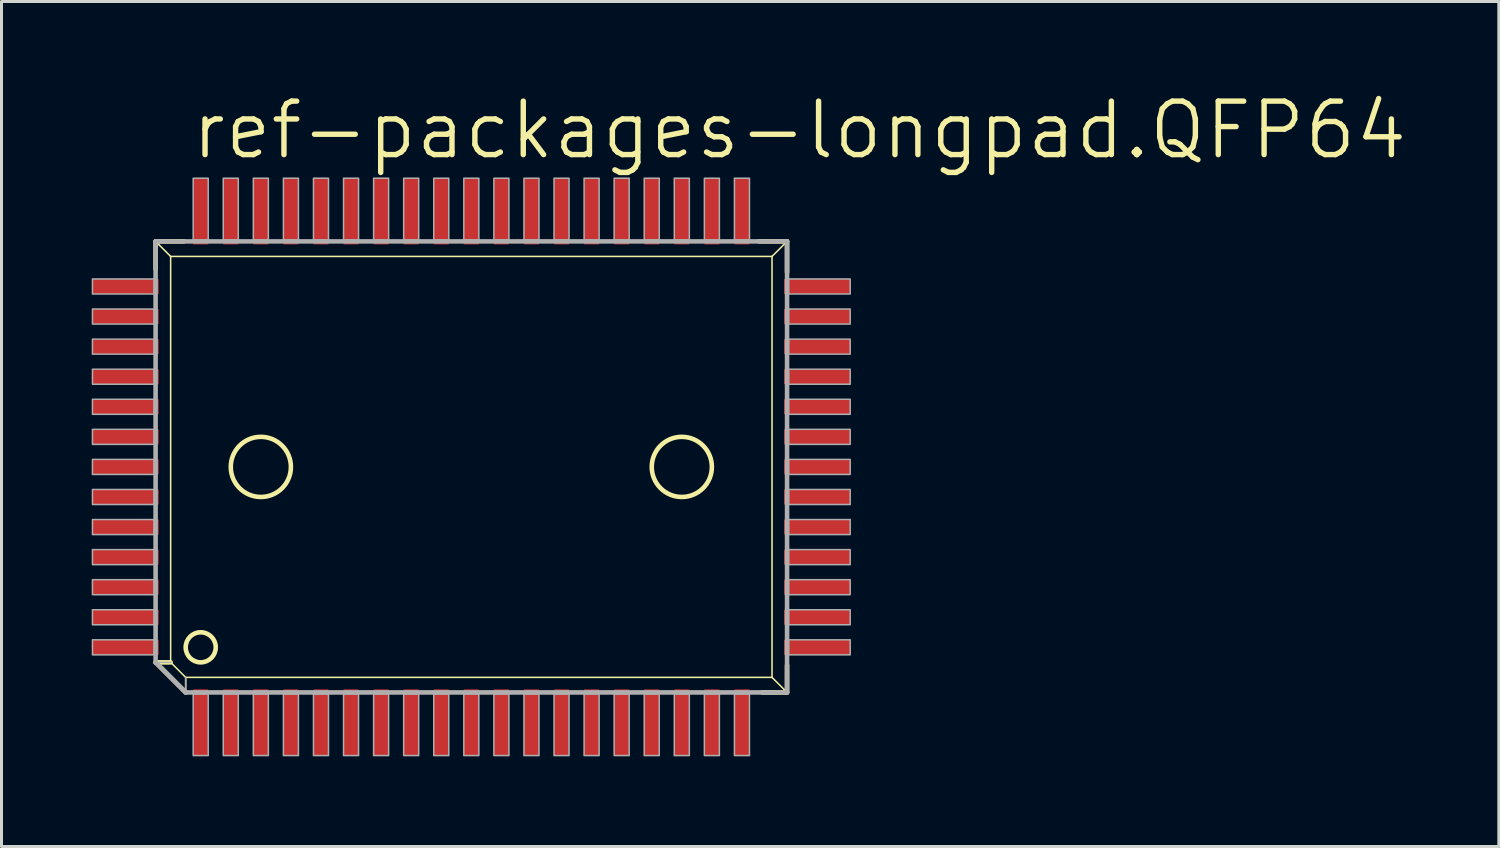
<source format=kicad_pcb>
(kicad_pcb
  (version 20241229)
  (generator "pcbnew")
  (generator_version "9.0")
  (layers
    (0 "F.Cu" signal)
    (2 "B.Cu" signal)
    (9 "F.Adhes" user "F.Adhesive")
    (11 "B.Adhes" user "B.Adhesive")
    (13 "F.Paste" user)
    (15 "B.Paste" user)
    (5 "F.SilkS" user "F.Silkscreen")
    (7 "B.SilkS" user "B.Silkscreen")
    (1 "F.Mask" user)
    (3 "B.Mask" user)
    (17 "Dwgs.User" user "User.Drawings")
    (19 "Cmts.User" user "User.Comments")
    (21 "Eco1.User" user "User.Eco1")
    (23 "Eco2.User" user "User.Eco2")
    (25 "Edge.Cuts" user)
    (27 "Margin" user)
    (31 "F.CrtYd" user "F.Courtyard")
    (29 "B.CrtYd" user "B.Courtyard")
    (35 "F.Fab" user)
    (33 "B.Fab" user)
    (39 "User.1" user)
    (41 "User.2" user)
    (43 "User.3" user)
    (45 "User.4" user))
  (footprint "ref-packages-longpad.QFP64"
    (layer "F.Cu")
    (at 12.625 12.478)
    (property "Reference" "ref-packages-longpad.QFP64" (at -9.398 -10.16 0) (layer "F.SilkS") (effects (font (size 1.778 1.778) (thickness 0.18)) (justify left bottom)))
    (attr smd)
    (fp_line (start -10.5 -7.5) (end -10 -7) (stroke (width 0.051) (type default)) (layer "F.SilkS"))
    (fp_line (start -10.5 -7.5) (end -9.566 -7.5) (stroke (width 0.152) (type default)) (layer "F.SilkS"))
    (fp_line (start -10.5 -6.581) (end -10.5 -7.5) (stroke (width 0.152) (type default)) (layer "F.SilkS"))
    (fp_line (start -10.5 6.5) (end -10 6.5) (stroke (width 0.152) (type default)) (layer "F.SilkS"))
    (fp_line (start -10 -7) (end 10 -7) (stroke (width 0.051) (type default)) (layer "F.SilkS"))
    (fp_line (start -10 6.5) (end -10 -7) (stroke (width 0.051) (type default)) (layer "F.SilkS"))
    (fp_line (start -9.5 7) (end -10 6.5) (stroke (width 0.051) (type default)) (layer "F.SilkS"))
    (fp_line (start -9.5 7.5) (end -10.5 6.5) (stroke (width 0.152) (type default)) (layer "F.SilkS"))
    (fp_line (start -9.5 7.5) (end -9.5 7) (stroke (width 0.051) (type default)) (layer "F.SilkS"))
    (fp_line (start 9.566 -7.5) (end 10.5 -7.5) (stroke (width 0.152) (type default)) (layer "F.SilkS"))
    (fp_line (start 10 -7) (end 10 7) (stroke (width 0.051) (type default)) (layer "F.SilkS"))
    (fp_line (start 10 7) (end -9.5 7) (stroke (width 0.051) (type default)) (layer "F.SilkS"))
    (fp_line (start 10.5 -7.5) (end 10 -7) (stroke (width 0.051) (type default)) (layer "F.SilkS"))
    (fp_line (start 10.5 -7.5) (end 10.5 -6.47) (stroke (width 0.152) (type default)) (layer "F.SilkS"))
    (fp_line (start 10.5 6.597) (end 10.5 7.5) (stroke (width 0.152) (type default)) (layer "F.SilkS"))
    (fp_line (start 10.5 7.5) (end 9.677 7.5) (stroke (width 0.152) (type default)) (layer "F.SilkS"))
    (fp_line (start 10.5 7.5) (end 10 7) (stroke (width 0.051) (type default)) (layer "F.SilkS"))
    (fp_circle (center -9 6) (end -8.5 6) (stroke (width 0.152) (type default)) (fill no) (layer "F.SilkS"))
    (fp_circle (center -7 0) (end -6 0) (stroke (width 0.152) (type default)) (fill no) (layer "F.SilkS"))
    (fp_circle (center 7 0) (end 8 0) (stroke (width 0.152) (type default)) (fill no) (layer "F.SilkS"))
    (fp_line (start -10.5 -7.5) (end 10.5 -7.5) (stroke (width 0.152) (type default)) (layer "F.Fab"))
    (fp_line (start -10.5 6.5) (end -10.5 -7.5) (stroke (width 0.152) (type default)) (layer "F.Fab"))
    (fp_line (start -10.5 6.5) (end -10 6.5) (stroke (width 0.051) (type default)) (layer "F.Fab"))
    (fp_line (start -9.5 7.5) (end -10.5 6.5) (stroke (width 0.152) (type default)) (layer "F.Fab"))
    (fp_line (start -9.5 7.5) (end -9.5 7) (stroke (width 0.051) (type default)) (layer "F.Fab"))
    (fp_line (start 10.5 -7.5) (end 10.5 7.5) (stroke (width 0.152) (type default)) (layer "F.Fab"))
    (fp_line (start 10.5 7.5) (end -9.5 7.5) (stroke (width 0.152) (type default)) (layer "F.Fab"))
    (fp_rect (start -12.6 -5.75) (end -10.55 -6.25) (stroke (width 0.05) (type default)) (fill no) (layer "F.Fab"))
    (fp_rect (start -12.6 -4.75) (end -10.55 -5.25) (stroke (width 0.05) (type default)) (fill no) (layer "F.Fab"))
    (fp_rect (start -12.6 -3.75) (end -10.55 -4.25) (stroke (width 0.05) (type default)) (fill no) (layer "F.Fab"))
    (fp_rect (start -12.6 -2.75) (end -10.55 -3.25) (stroke (width 0.05) (type default)) (fill no) (layer "F.Fab"))
    (fp_rect (start -12.6 -1.75) (end -10.55 -2.25) (stroke (width 0.05) (type default)) (fill no) (layer "F.Fab"))
    (fp_rect (start -12.6 -0.75) (end -10.55 -1.25) (stroke (width 0.05) (type default)) (fill no) (layer "F.Fab"))
    (fp_rect (start -12.6 0.25) (end -10.55 -0.25) (stroke (width 0.05) (type default)) (fill no) (layer "F.Fab"))
    (fp_rect (start -12.6 1.25) (end -10.55 0.75) (stroke (width 0.05) (type default)) (fill no) (layer "F.Fab"))
    (fp_rect (start -12.6 2.25) (end -10.55 1.75) (stroke (width 0.05) (type default)) (fill no) (layer "F.Fab"))
    (fp_rect (start -12.6 3.25) (end -10.55 2.75) (stroke (width 0.05) (type default)) (fill no) (layer "F.Fab"))
    (fp_rect (start -12.6 4.25) (end -10.55 3.75) (stroke (width 0.05) (type default)) (fill no) (layer "F.Fab"))
    (fp_rect (start -12.6 5.25) (end -10.55 4.75) (stroke (width 0.05) (type default)) (fill no) (layer "F.Fab"))
    (fp_rect (start -12.6 6.25) (end -10.55 5.75) (stroke (width 0.05) (type default)) (fill no) (layer "F.Fab"))
    (fp_rect (start -9.25 -7.55) (end -8.75 -9.6) (stroke (width 0.05) (type default)) (fill no) (layer "F.Fab"))
    (fp_rect (start -9.25 9.6) (end -8.75 7.55) (stroke (width 0.05) (type default)) (fill no) (layer "F.Fab"))
    (fp_rect (start -8.25 -7.55) (end -7.75 -9.6) (stroke (width 0.05) (type default)) (fill no) (layer "F.Fab"))
    (fp_rect (start -8.25 9.6) (end -7.75 7.55) (stroke (width 0.05) (type default)) (fill no) (layer "F.Fab"))
    (fp_rect (start -7.25 -7.55) (end -6.75 -9.6) (stroke (width 0.05) (type default)) (fill no) (layer "F.Fab"))
    (fp_rect (start -7.25 9.6) (end -6.75 7.55) (stroke (width 0.05) (type default)) (fill no) (layer "F.Fab"))
    (fp_rect (start -6.25 -7.55) (end -5.75 -9.6) (stroke (width 0.05) (type default)) (fill no) (layer "F.Fab"))
    (fp_rect (start -6.25 9.6) (end -5.75 7.55) (stroke (width 0.05) (type default)) (fill no) (layer "F.Fab"))
    (fp_rect (start -5.25 -7.55) (end -4.75 -9.6) (stroke (width 0.05) (type default)) (fill no) (layer "F.Fab"))
    (fp_rect (start -5.25 9.6) (end -4.75 7.55) (stroke (width 0.05) (type default)) (fill no) (layer "F.Fab"))
    (fp_rect (start -4.25 -7.55) (end -3.75 -9.6) (stroke (width 0.05) (type default)) (fill no) (layer "F.Fab"))
    (fp_rect (start -4.25 9.6) (end -3.75 7.55) (stroke (width 0.05) (type default)) (fill no) (layer "F.Fab"))
    (fp_rect (start -3.25 -7.55) (end -2.75 -9.6) (stroke (width 0.05) (type default)) (fill no) (layer "F.Fab"))
    (fp_rect (start -3.25 9.6) (end -2.75 7.55) (stroke (width 0.05) (type default)) (fill no) (layer "F.Fab"))
    (fp_rect (start -2.25 -7.55) (end -1.75 -9.6) (stroke (width 0.05) (type default)) (fill no) (layer "F.Fab"))
    (fp_rect (start -2.25 9.6) (end -1.75 7.55) (stroke (width 0.05) (type default)) (fill no) (layer "F.Fab"))
    (fp_rect (start -1.25 -7.55) (end -0.75 -9.6) (stroke (width 0.05) (type default)) (fill no) (layer "F.Fab"))
    (fp_rect (start -1.25 9.6) (end -0.75 7.55) (stroke (width 0.05) (type default)) (fill no) (layer "F.Fab"))
    (fp_rect (start -0.25 -7.55) (end 0.25 -9.6) (stroke (width 0.05) (type default)) (fill no) (layer "F.Fab"))
    (fp_rect (start -0.25 9.6) (end 0.25 7.55) (stroke (width 0.05) (type default)) (fill no) (layer "F.Fab"))
    (fp_rect (start 0.75 -7.55) (end 1.25 -9.6) (stroke (width 0.05) (type default)) (fill no) (layer "F.Fab"))
    (fp_rect (start 0.75 9.6) (end 1.25 7.55) (stroke (width 0.05) (type default)) (fill no) (layer "F.Fab"))
    (fp_rect (start 1.75 -7.55) (end 2.25 -9.6) (stroke (width 0.05) (type default)) (fill no) (layer "F.Fab"))
    (fp_rect (start 1.75 9.6) (end 2.25 7.55) (stroke (width 0.05) (type default)) (fill no) (layer "F.Fab"))
    (fp_rect (start 2.75 -7.55) (end 3.25 -9.6) (stroke (width 0.05) (type default)) (fill no) (layer "F.Fab"))
    (fp_rect (start 2.75 9.6) (end 3.25 7.55) (stroke (width 0.05) (type default)) (fill no) (layer "F.Fab"))
    (fp_rect (start 3.75 -7.55) (end 4.25 -9.6) (stroke (width 0.05) (type default)) (fill no) (layer "F.Fab"))
    (fp_rect (start 3.75 9.6) (end 4.25 7.55) (stroke (width 0.05) (type default)) (fill no) (layer "F.Fab"))
    (fp_rect (start 4.75 -7.55) (end 5.25 -9.6) (stroke (width 0.05) (type default)) (fill no) (layer "F.Fab"))
    (fp_rect (start 4.75 9.6) (end 5.25 7.55) (stroke (width 0.05) (type default)) (fill no) (layer "F.Fab"))
    (fp_rect (start 5.75 -7.55) (end 6.25 -9.6) (stroke (width 0.05) (type default)) (fill no) (layer "F.Fab"))
    (fp_rect (start 5.75 9.6) (end 6.25 7.55) (stroke (width 0.05) (type default)) (fill no) (layer "F.Fab"))
    (fp_rect (start 6.75 -7.55) (end 7.25 -9.6) (stroke (width 0.05) (type default)) (fill no) (layer "F.Fab"))
    (fp_rect (start 6.75 9.6) (end 7.25 7.55) (stroke (width 0.05) (type default)) (fill no) (layer "F.Fab"))
    (fp_rect (start 7.75 -7.55) (end 8.25 -9.6) (stroke (width 0.05) (type default)) (fill no) (layer "F.Fab"))
    (fp_rect (start 7.75 9.6) (end 8.25 7.55) (stroke (width 0.05) (type default)) (fill no) (layer "F.Fab"))
    (fp_rect (start 8.75 -7.55) (end 9.25 -9.6) (stroke (width 0.05) (type default)) (fill no) (layer "F.Fab"))
    (fp_rect (start 8.75 9.6) (end 9.25 7.55) (stroke (width 0.05) (type default)) (fill no) (layer "F.Fab"))
    (fp_rect (start 10.55 -5.75) (end 12.6 -6.25) (stroke (width 0.05) (type default)) (fill no) (layer "F.Fab"))
    (fp_rect (start 10.55 -4.75) (end 12.6 -5.25) (stroke (width 0.05) (type default)) (fill no) (layer "F.Fab"))
    (fp_rect (start 10.55 -3.75) (end 12.6 -4.25) (stroke (width 0.05) (type default)) (fill no) (layer "F.Fab"))
    (fp_rect (start 10.55 -2.75) (end 12.6 -3.25) (stroke (width 0.05) (type default)) (fill no) (layer "F.Fab"))
    (fp_rect (start 10.55 -1.75) (end 12.6 -2.25) (stroke (width 0.05) (type default)) (fill no) (layer "F.Fab"))
    (fp_rect (start 10.55 -0.75) (end 12.6 -1.25) (stroke (width 0.05) (type default)) (fill no) (layer "F.Fab"))
    (fp_rect (start 10.55 0.25) (end 12.6 -0.25) (stroke (width 0.05) (type default)) (fill no) (layer "F.Fab"))
    (fp_rect (start 10.55 1.25) (end 12.6 0.75) (stroke (width 0.05) (type default)) (fill no) (layer "F.Fab"))
    (fp_rect (start 10.55 2.25) (end 12.6 1.75) (stroke (width 0.05) (type default)) (fill no) (layer "F.Fab"))
    (fp_rect (start 10.55 3.25) (end 12.6 2.75) (stroke (width 0.05) (type default)) (fill no) (layer "F.Fab"))
    (fp_rect (start 10.55 4.25) (end 12.6 3.75) (stroke (width 0.05) (type default)) (fill no) (layer "F.Fab"))
    (fp_rect (start 10.55 5.25) (end 12.6 4.75) (stroke (width 0.05) (type default)) (fill no) (layer "F.Fab"))
    (fp_rect (start 10.55 6.25) (end 12.6 5.75) (stroke (width 0.05) (type default)) (fill no) (layer "F.Fab"))
    (pad "1" smd roundrect (at -9 8.5) (size 0.5 2.2) (layers "F.Cu" "F.Mask" "F.Paste") (roundrect_rratio 0.01))
    (pad "2" smd roundrect (at -8 8.5) (size 0.5 2.2) (layers "F.Cu" "F.Mask" "F.Paste") (roundrect_rratio 0.01))
    (pad "3" smd roundrect (at -7 8.5) (size 0.5 2.2) (layers "F.Cu" "F.Mask" "F.Paste") (roundrect_rratio 0.01))
    (pad "4" smd roundrect (at -6 8.5) (size 0.5 2.2) (layers "F.Cu" "F.Mask" "F.Paste") (roundrect_rratio 0.01))
    (pad "5" smd roundrect (at -5 8.5) (size 0.5 2.2) (layers "F.Cu" "F.Mask" "F.Paste") (roundrect_rratio 0.01))
    (pad "6" smd roundrect (at -4 8.5) (size 0.5 2.2) (layers "F.Cu" "F.Mask" "F.Paste") (roundrect_rratio 0.01))
    (pad "7" smd roundrect (at -3 8.5) (size 0.5 2.2) (layers "F.Cu" "F.Mask" "F.Paste") (roundrect_rratio 0.01))
    (pad "8" smd roundrect (at -2 8.5) (size 0.5 2.2) (layers "F.Cu" "F.Mask" "F.Paste") (roundrect_rratio 0.01))
    (pad "9" smd roundrect (at -1 8.5) (size 0.5 2.2) (layers "F.Cu" "F.Mask" "F.Paste") (roundrect_rratio 0.01))
    (pad "10" smd roundrect (at 0 8.5) (size 0.5 2.2) (layers "F.Cu" "F.Mask" "F.Paste") (roundrect_rratio 0.01))
    (pad "11" smd roundrect (at 1 8.5) (size 0.5 2.2) (layers "F.Cu" "F.Mask" "F.Paste") (roundrect_rratio 0.01))
    (pad "12" smd roundrect (at 2 8.5) (size 0.5 2.2) (layers "F.Cu" "F.Mask" "F.Paste") (roundrect_rratio 0.01))
    (pad "13" smd roundrect (at 3 8.5) (size 0.5 2.2) (layers "F.Cu" "F.Mask" "F.Paste") (roundrect_rratio 0.01))
    (pad "14" smd roundrect (at 4 8.5) (size 0.5 2.2) (layers "F.Cu" "F.Mask" "F.Paste") (roundrect_rratio 0.01))
    (pad "15" smd roundrect (at 5 8.5) (size 0.5 2.2) (layers "F.Cu" "F.Mask" "F.Paste") (roundrect_rratio 0.01))
    (pad "16" smd roundrect (at 6 8.5) (size 0.5 2.2) (layers "F.Cu" "F.Mask" "F.Paste") (roundrect_rratio 0.01))
    (pad "17" smd roundrect (at 7 8.5) (size 0.5 2.2) (layers "F.Cu" "F.Mask" "F.Paste") (roundrect_rratio 0.01))
    (pad "18" smd roundrect (at 8 8.5) (size 0.5 2.2) (layers "F.Cu" "F.Mask" "F.Paste") (roundrect_rratio 0.01))
    (pad "19" smd roundrect (at 9 8.5) (size 0.5 2.2) (layers "F.Cu" "F.Mask" "F.Paste") (roundrect_rratio 0.01))
    (pad "20" smd roundrect (at 11.5 6) (size 2.2 0.5) (layers "F.Cu" "F.Mask" "F.Paste") (roundrect_rratio 0.01))
    (pad "21" smd roundrect (at 11.5 5) (size 2.2 0.5) (layers "F.Cu" "F.Mask" "F.Paste") (roundrect_rratio 0.01))
    (pad "22" smd roundrect (at 11.5 4) (size 2.2 0.5) (layers "F.Cu" "F.Mask" "F.Paste") (roundrect_rratio 0.01))
    (pad "23" smd roundrect (at 11.5 3) (size 2.2 0.5) (layers "F.Cu" "F.Mask" "F.Paste") (roundrect_rratio 0.01))
    (pad "24" smd roundrect (at 11.5 2) (size 2.2 0.5) (layers "F.Cu" "F.Mask" "F.Paste") (roundrect_rratio 0.01))
    (pad "25" smd roundrect (at 11.5 1) (size 2.2 0.5) (layers "F.Cu" "F.Mask" "F.Paste") (roundrect_rratio 0.01))
    (pad "26" smd roundrect (at 11.5 0) (size 2.2 0.5) (layers "F.Cu" "F.Mask" "F.Paste") (roundrect_rratio 0.01))
    (pad "27" smd roundrect (at 11.5 -1) (size 2.2 0.5) (layers "F.Cu" "F.Mask" "F.Paste") (roundrect_rratio 0.01))
    (pad "28" smd roundrect (at 11.5 -2) (size 2.2 0.5) (layers "F.Cu" "F.Mask" "F.Paste") (roundrect_rratio 0.01))
    (pad "29" smd roundrect (at 11.5 -3) (size 2.2 0.5) (layers "F.Cu" "F.Mask" "F.Paste") (roundrect_rratio 0.01))
    (pad "30" smd roundrect (at 11.5 -4) (size 2.2 0.5) (layers "F.Cu" "F.Mask" "F.Paste") (roundrect_rratio 0.01))
    (pad "31" smd roundrect (at 11.5 -5) (size 2.2 0.5) (layers "F.Cu" "F.Mask" "F.Paste") (roundrect_rratio 0.01))
    (pad "32" smd roundrect (at 11.5 -6) (size 2.2 0.5) (layers "F.Cu" "F.Mask" "F.Paste") (roundrect_rratio 0.01))
    (pad "33" smd roundrect (at 9 -8.5) (size 0.5 2.2) (layers "F.Cu" "F.Mask" "F.Paste") (roundrect_rratio 0.01))
    (pad "34" smd roundrect (at 8 -8.5) (size 0.5 2.2) (layers "F.Cu" "F.Mask" "F.Paste") (roundrect_rratio 0.01))
    (pad "35" smd roundrect (at 7 -8.5) (size 0.5 2.2) (layers "F.Cu" "F.Mask" "F.Paste") (roundrect_rratio 0.01))
    (pad "36" smd roundrect (at 6 -8.5) (size 0.5 2.2) (layers "F.Cu" "F.Mask" "F.Paste") (roundrect_rratio 0.01))
    (pad "37" smd roundrect (at 5 -8.5) (size 0.5 2.2) (layers "F.Cu" "F.Mask" "F.Paste") (roundrect_rratio 0.01))
    (pad "38" smd roundrect (at 4 -8.5) (size 0.5 2.2) (layers "F.Cu" "F.Mask" "F.Paste") (roundrect_rratio 0.01))
    (pad "39" smd roundrect (at 3 -8.5) (size 0.5 2.2) (layers "F.Cu" "F.Mask" "F.Paste") (roundrect_rratio 0.01))
    (pad "40" smd roundrect (at 2 -8.5) (size 0.5 2.2) (layers "F.Cu" "F.Mask" "F.Paste") (roundrect_rratio 0.01))
    (pad "41" smd roundrect (at 1 -8.5) (size 0.5 2.2) (layers "F.Cu" "F.Mask" "F.Paste") (roundrect_rratio 0.01))
    (pad "42" smd roundrect (at 0 -8.5) (size 0.5 2.2) (layers "F.Cu" "F.Mask" "F.Paste") (roundrect_rratio 0.01))
    (pad "43" smd roundrect (at -1 -8.5) (size 0.5 2.2) (layers "F.Cu" "F.Mask" "F.Paste") (roundrect_rratio 0.01))
    (pad "44" smd roundrect (at -2 -8.5) (size 0.5 2.2) (layers "F.Cu" "F.Mask" "F.Paste") (roundrect_rratio 0.01))
    (pad "45" smd roundrect (at -3 -8.5) (size 0.5 2.2) (layers "F.Cu" "F.Mask" "F.Paste") (roundrect_rratio 0.01))
    (pad "46" smd roundrect (at -4 -8.5) (size 0.5 2.2) (layers "F.Cu" "F.Mask" "F.Paste") (roundrect_rratio 0.01))
    (pad "47" smd roundrect (at -5 -8.5) (size 0.5 2.2) (layers "F.Cu" "F.Mask" "F.Paste") (roundrect_rratio 0.01))
    (pad "48" smd roundrect (at -6 -8.5) (size 0.5 2.2) (layers "F.Cu" "F.Mask" "F.Paste") (roundrect_rratio 0.01))
    (pad "49" smd roundrect (at -7 -8.5) (size 0.5 2.2) (layers "F.Cu" "F.Mask" "F.Paste") (roundrect_rratio 0.01))
    (pad "50" smd roundrect (at -8 -8.5) (size 0.5 2.2) (layers "F.Cu" "F.Mask" "F.Paste") (roundrect_rratio 0.01))
    (pad "51" smd roundrect (at -9 -8.5) (size 0.5 2.2) (layers "F.Cu" "F.Mask" "F.Paste") (roundrect_rratio 0.01))
    (pad "52" smd roundrect (at -11.5 -6) (size 2.2 0.5) (layers "F.Cu" "F.Mask" "F.Paste") (roundrect_rratio 0.01))
    (pad "53" smd roundrect (at -11.5 -5) (size 2.2 0.5) (layers "F.Cu" "F.Mask" "F.Paste") (roundrect_rratio 0.01))
    (pad "54" smd roundrect (at -11.5 -4) (size 2.2 0.5) (layers "F.Cu" "F.Mask" "F.Paste") (roundrect_rratio 0.01))
    (pad "55" smd roundrect (at -11.5 -3) (size 2.2 0.5) (layers "F.Cu" "F.Mask" "F.Paste") (roundrect_rratio 0.01))
    (pad "56" smd roundrect (at -11.5 -2) (size 2.2 0.5) (layers "F.Cu" "F.Mask" "F.Paste") (roundrect_rratio 0.01))
    (pad "57" smd roundrect (at -11.5 -1) (size 2.2 0.5) (layers "F.Cu" "F.Mask" "F.Paste") (roundrect_rratio 0.01))
    (pad "58" smd roundrect (at -11.5 0) (size 2.2 0.5) (layers "F.Cu" "F.Mask" "F.Paste") (roundrect_rratio 0.01))
    (pad "59" smd roundrect (at -11.5 1) (size 2.2 0.5) (layers "F.Cu" "F.Mask" "F.Paste") (roundrect_rratio 0.01))
    (pad "60" smd roundrect (at -11.5 2) (size 2.2 0.5) (layers "F.Cu" "F.Mask" "F.Paste") (roundrect_rratio 0.01))
    (pad "61" smd roundrect (at -11.5 3) (size 2.2 0.5) (layers "F.Cu" "F.Mask" "F.Paste") (roundrect_rratio 0.01))
    (pad "62" smd roundrect (at -11.5 4) (size 2.2 0.5) (layers "F.Cu" "F.Mask" "F.Paste") (roundrect_rratio 0.01))
    (pad "63" smd roundrect (at -11.5 5) (size 2.2 0.5) (layers "F.Cu" "F.Mask" "F.Paste") (roundrect_rratio 0.01))
    (pad "64" smd roundrect (at -11.5 6) (size 2.2 0.5) (layers "F.Cu" "F.Mask" "F.Paste") (roundrect_rratio 0.01)))
  (gr_rect
    (start -3 -3)
    (end 46.797 25.103)
    (stroke (width 0.1) (type default))
    (fill no)
    (layer "Edge.Cuts")))
</source>
